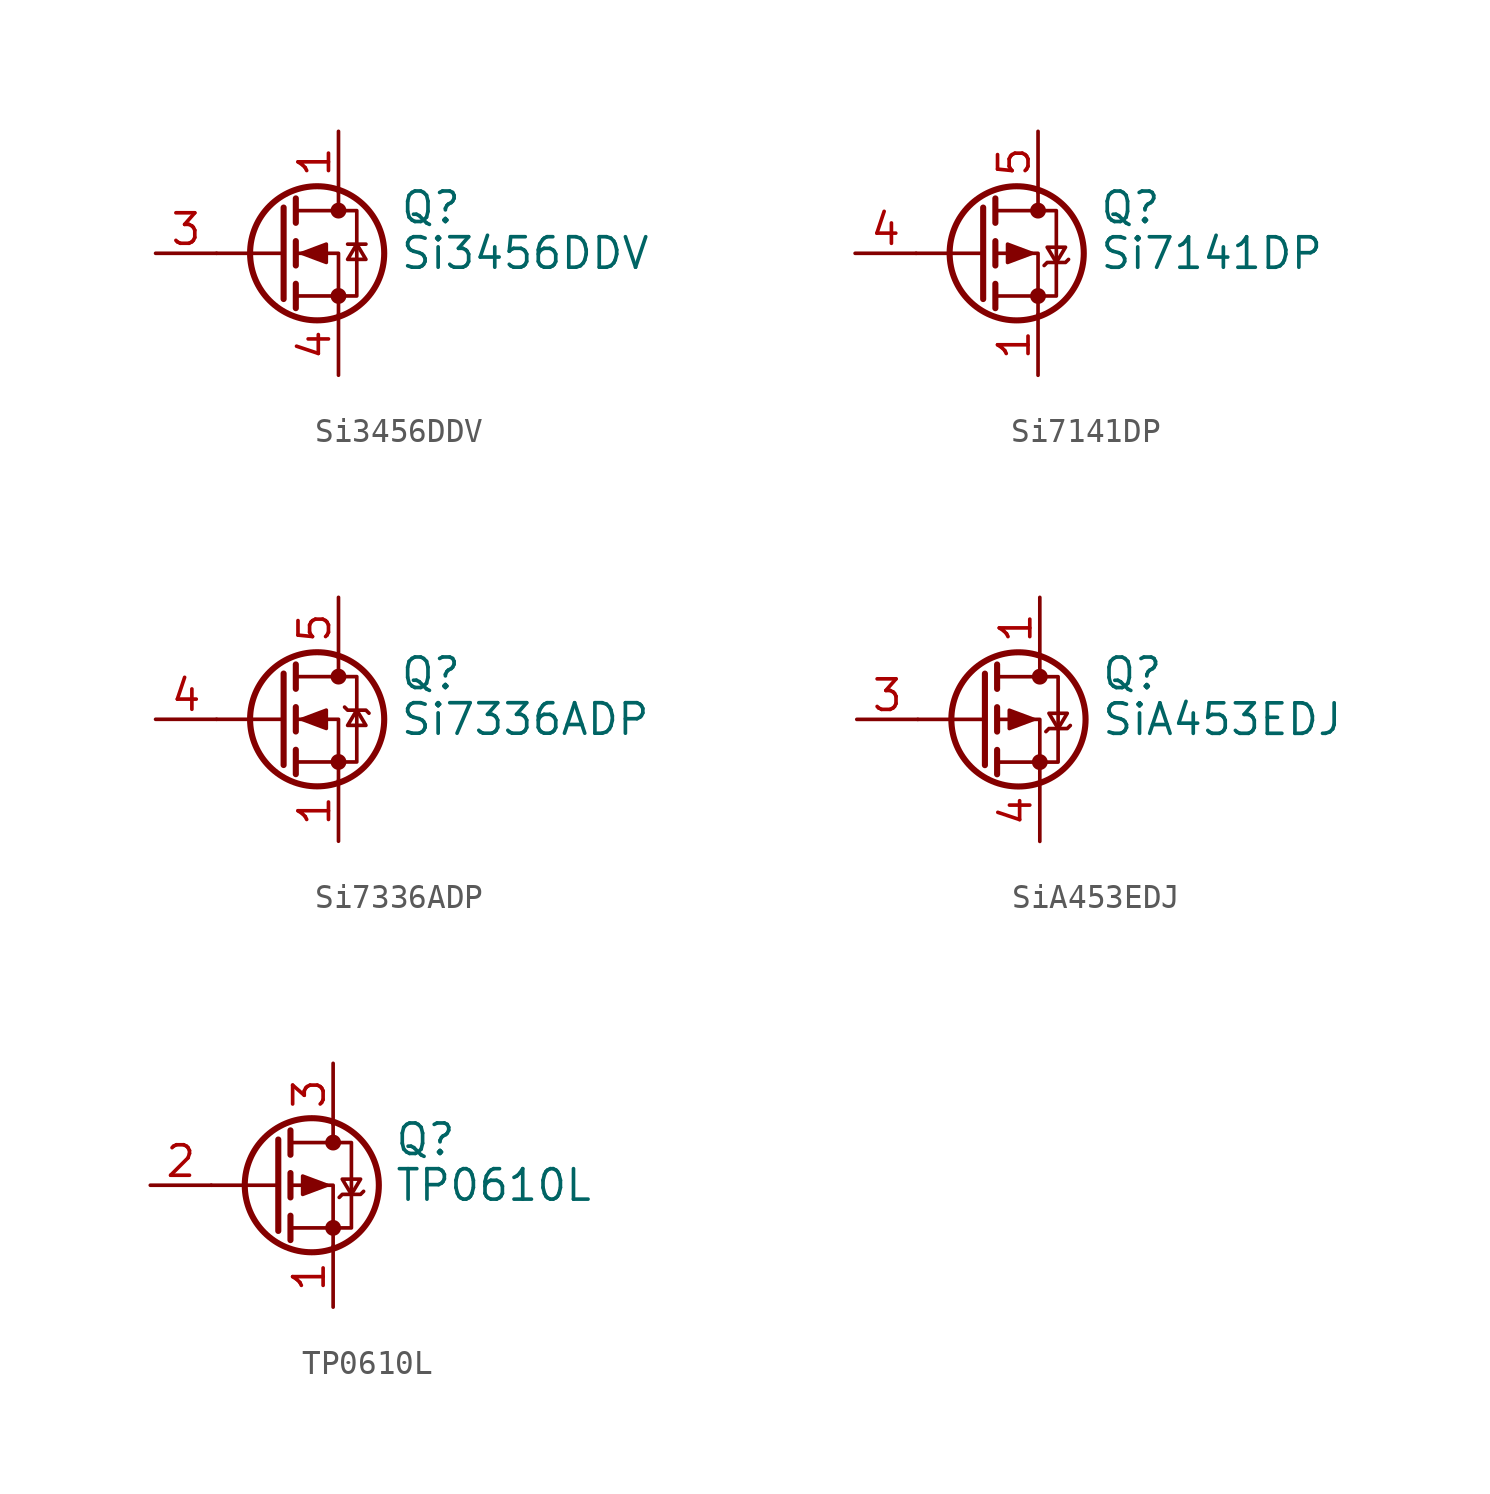
<source format=kicad_sym>
(kicad_symbol_lib
  (version 20220914)
  (generator kicad_symbol_editor)
  (symbol "Si3456DDV"
    (pin_names hide)
    (property "Reference" "Q"
      (at 5.08 1.905 0)
      (effects (font (size 1.27 1.27)) (justify left)))
    (property "Value" "Si3456DDV"
      (at 5.08 0 0)
      (effects (font (size 1.27 1.27)) (justify left)))
    (symbol "Si3456DDV_0_1"
      (polyline (pts (xy 0.254 0) (xy -2.54 0)) (stroke (width 0) (type default)) (fill (type none)))
      (polyline (pts (xy 0.254 1.905) (xy 0.254 -1.905)) (stroke (width 0.254) (type default)) (fill (type none)))
      (polyline (pts (xy 0.762 -1.27) (xy 0.762 -2.286)) (stroke (width 0.254) (type default)) (fill (type none)))
      (polyline (pts (xy 0.762 0.508) (xy 0.762 -0.508)) (stroke (width 0.254) (type default)) (fill (type none)))
      (polyline (pts (xy 0.762 2.286) (xy 0.762 1.27)) (stroke (width 0.254) (type default)) (fill (type none)))
      (polyline (pts (xy 2.54 2.54) (xy 2.54 1.778)) (stroke (width 0) (type default)) (fill (type none)))
      (polyline (pts (xy 2.921 0.381) (xy 3.683 0.381)) (stroke (width 0) (type default)) (fill (type none)))
      (polyline (pts (xy 2.54 -2.54) (xy 2.54 0) (xy 0.762 0)) (stroke (width 0) (type default)) (fill (type none)))
      (polyline (pts (xy 0.762 -1.778) (xy 3.302 -1.778) (xy 3.302 1.778) (xy 0.762 1.778)) (stroke (width 0) (type default)) (fill (type none)))
      (polyline (pts (xy 1.016 0) (xy 2.032 0.381) (xy 2.032 -0.381) (xy 1.016 0)) (stroke (width 0) (type default)) (fill (type outline)))
      (polyline (pts (xy 3.302 0.381) (xy 2.921 -0.254) (xy 3.683 -0.254) (xy 3.302 0.381)) (stroke (width 0) (type default)) (fill (type none)))
      (circle (center 1.651 0) (radius 2.794) (stroke (width 0.254) (type default)) (fill (type none)))
      (circle (center 2.54 -1.778) (radius 0.254) (stroke (width 0) (type default)) (fill (type outline)))
      (circle (center 2.54 1.778) (radius 0.254) (stroke (width 0) (type default)) (fill (type outline))))
    (symbol "Si3456DDV_1_1"
      (pin passive line (at 2.54 5.08 270) (length 2.54) (name "D" (effects (font (size 1.27 1.27)))) (number "1" (effects (font (size 1.27 1.27)))))
      (pin passive line (at 2.54 5.08 270) (length 2.54) hide (name "D" (effects (font (size 1.27 1.27)))) (number "2" (effects (font (size 1.27 1.27)))))
      (pin input line (at -5.08 0 0) (length 2.54) (name "G" (effects (font (size 1.27 1.27)))) (number "3" (effects (font (size 1.27 1.27)))))
      (pin passive line (at 2.54 -5.08 90) (length 2.54) (name "S" (effects (font (size 1.27 1.27)))) (number "4" (effects (font (size 1.27 1.27)))))
      (pin passive line (at 2.54 5.08 270) (length 2.54) hide (name "D" (effects (font (size 1.27 1.27)))) (number "5" (effects (font (size 1.27 1.27)))))
      (pin passive line (at 2.54 5.08 270) (length 2.54) hide (name "D" (effects (font (size 1.27 1.27)))) (number "6" (effects (font (size 1.27 1.27)))))))
  (symbol "Si7141DP"
    (pin_names hide)
    (property "Reference" "Q"
      (at 5.08 1.905 0)
      (effects (font (size 1.27 1.27)) (justify left)))
    (property "Value" "Si7141DP"
      (at 5.08 0 0)
      (effects (font (size 1.27 1.27)) (justify left)))
    (symbol "Si7141DP_0_1"
      (polyline (pts (xy 0.254 0) (xy -2.54 0)) (stroke (width 0) (type default)) (fill (type none)))
      (polyline (pts (xy 0.254 1.905) (xy 0.254 -1.905)) (stroke (width 0.254) (type default)) (fill (type none)))
      (polyline (pts (xy 0.762 -1.27) (xy 0.762 -2.286)) (stroke (width 0.254) (type default)) (fill (type none)))
      (polyline (pts (xy 0.762 0.508) (xy 0.762 -0.508)) (stroke (width 0.254) (type default)) (fill (type none)))
      (polyline (pts (xy 0.762 2.286) (xy 0.762 1.27)) (stroke (width 0.254) (type default)) (fill (type none)))
      (polyline (pts (xy 2.54 2.54) (xy 2.54 1.778)) (stroke (width 0) (type default)) (fill (type none)))
      (polyline (pts (xy 2.54 -2.54) (xy 2.54 0) (xy 0.762 0)) (stroke (width 0) (type default)) (fill (type none)))
      (polyline (pts (xy 0.762 1.778) (xy 3.302 1.778) (xy 3.302 -1.778) (xy 0.762 -1.778)) (stroke (width 0) (type default)) (fill (type none)))
      (polyline (pts (xy 2.286 0) (xy 1.27 0.381) (xy 1.27 -0.381) (xy 2.286 0)) (stroke (width 0) (type default)) (fill (type outline)))
      (polyline (pts (xy 2.794 -0.508) (xy 2.921 -0.381) (xy 3.683 -0.381) (xy 3.81 -0.254)) (stroke (width 0) (type default)) (fill (type none)))
      (polyline (pts (xy 3.302 -0.381) (xy 2.921 0.254) (xy 3.683 0.254) (xy 3.302 -0.381)) (stroke (width 0) (type default)) (fill (type none)))
      (circle (center 1.651 0) (radius 2.794) (stroke (width 0.254) (type default)) (fill (type none)))
      (circle (center 2.54 -1.778) (radius 0.254) (stroke (width 0) (type default)) (fill (type outline)))
      (circle (center 2.54 1.778) (radius 0.254) (stroke (width 0) (type default)) (fill (type outline))))
    (symbol "Si7141DP_1_1"
      (pin passive line (at 2.54 -5.08 90) (length 2.54) (name "S" (effects (font (size 1.27 1.27)))) (number "1" (effects (font (size 1.27 1.27)))))
      (pin passive line (at 2.54 -5.08 90) (length 2.54) hide (name "S" (effects (font (size 1.27 1.27)))) (number "2" (effects (font (size 1.27 1.27)))))
      (pin passive line (at 2.54 -5.08 90) (length 2.54) hide (name "S" (effects (font (size 1.27 1.27)))) (number "3" (effects (font (size 1.27 1.27)))))
      (pin input line (at -5.08 0 0) (length 2.54) (name "G" (effects (font (size 1.27 1.27)))) (number "4" (effects (font (size 1.27 1.27)))))
      (pin passive line (at 2.54 5.08 270) (length 2.54) (name "D" (effects (font (size 1.27 1.27)))) (number "5" (effects (font (size 1.27 1.27)))))))
  (symbol "Si7336ADP"
    (pin_names hide)
    (property "Reference" "Q"
      (at 5.08 1.905 0)
      (effects (font (size 1.27 1.27)) (justify left)))
    (property "Value" "Si7336ADP"
      (at 5.08 0 0)
      (effects (font (size 1.27 1.27)) (justify left)))
    (symbol "Si7336ADP_0_1"
      (polyline (pts (xy 0.254 0) (xy -2.54 0)) (stroke (width 0) (type default)) (fill (type none)))
      (polyline (pts (xy 0.254 1.905) (xy 0.254 -1.905)) (stroke (width 0.254) (type default)) (fill (type none)))
      (polyline (pts (xy 0.762 -1.27) (xy 0.762 -2.286)) (stroke (width 0.254) (type default)) (fill (type none)))
      (polyline (pts (xy 0.762 0.508) (xy 0.762 -0.508)) (stroke (width 0.254) (type default)) (fill (type none)))
      (polyline (pts (xy 0.762 2.286) (xy 0.762 1.27)) (stroke (width 0.254) (type default)) (fill (type none)))
      (polyline (pts (xy 2.54 2.54) (xy 2.54 1.778)) (stroke (width 0) (type default)) (fill (type none)))
      (polyline (pts (xy 2.54 -2.54) (xy 2.54 0) (xy 0.762 0)) (stroke (width 0) (type default)) (fill (type none)))
      (polyline (pts (xy 0.762 -1.778) (xy 3.302 -1.778) (xy 3.302 1.778) (xy 0.762 1.778)) (stroke (width 0) (type default)) (fill (type none)))
      (polyline (pts (xy 1.016 0) (xy 2.032 0.381) (xy 2.032 -0.381) (xy 1.016 0)) (stroke (width 0) (type default)) (fill (type outline)))
      (polyline (pts (xy 2.794 0.508) (xy 2.921 0.381) (xy 3.683 0.381) (xy 3.81 0.254)) (stroke (width 0) (type default)) (fill (type none)))
      (polyline (pts (xy 3.302 0.381) (xy 2.921 -0.254) (xy 3.683 -0.254) (xy 3.302 0.381)) (stroke (width 0) (type default)) (fill (type none)))
      (circle (center 1.651 0) (radius 2.794) (stroke (width 0.254) (type default)) (fill (type none)))
      (circle (center 2.54 -1.778) (radius 0.254) (stroke (width 0) (type default)) (fill (type outline)))
      (circle (center 2.54 1.778) (radius 0.254) (stroke (width 0) (type default)) (fill (type outline))))
    (symbol "Si7336ADP_1_1"
      (pin passive line (at 2.54 -5.08 90) (length 2.54) (name "S" (effects (font (size 1.27 1.27)))) (number "1" (effects (font (size 1.27 1.27)))))
      (pin passive line (at 2.54 -5.08 90) (length 2.54) hide (name "S" (effects (font (size 1.27 1.27)))) (number "2" (effects (font (size 1.27 1.27)))))
      (pin passive line (at 2.54 -5.08 90) (length 2.54) hide (name "S" (effects (font (size 1.27 1.27)))) (number "3" (effects (font (size 1.27 1.27)))))
      (pin input line (at -5.08 0 0) (length 2.54) (name "G" (effects (font (size 1.27 1.27)))) (number "4" (effects (font (size 1.27 1.27)))))
      (pin passive line (at 2.54 5.08 270) (length 2.54) (name "D" (effects (font (size 1.27 1.27)))) (number "5" (effects (font (size 1.27 1.27)))))))
  (symbol "SiA453EDJ"
    (pin_names hide)
    (property "Reference" "Q"
      (at 5.08 1.905 0)
      (effects (font (size 1.27 1.27)) (justify left)))
    (property "Value" "SiA453EDJ"
      (at 5.08 0 0)
      (effects (font (size 1.27 1.27)) (justify left)))
    (symbol "SiA453EDJ_0_1"
      (polyline (pts (xy 0.254 0) (xy -2.54 0)) (stroke (width 0) (type default)) (fill (type none)))
      (polyline (pts (xy 0.254 1.905) (xy 0.254 -1.905)) (stroke (width 0.254) (type default)) (fill (type none)))
      (polyline (pts (xy 0.762 -1.27) (xy 0.762 -2.286)) (stroke (width 0.254) (type default)) (fill (type none)))
      (polyline (pts (xy 0.762 0.508) (xy 0.762 -0.508)) (stroke (width 0.254) (type default)) (fill (type none)))
      (polyline (pts (xy 0.762 2.286) (xy 0.762 1.27)) (stroke (width 0.254) (type default)) (fill (type none)))
      (polyline (pts (xy 2.54 2.54) (xy 2.54 1.778)) (stroke (width 0) (type default)) (fill (type none)))
      (polyline (pts (xy 2.54 -2.54) (xy 2.54 0) (xy 0.762 0)) (stroke (width 0) (type default)) (fill (type none)))
      (polyline (pts (xy 0.762 1.778) (xy 3.302 1.778) (xy 3.302 -1.778) (xy 0.762 -1.778)) (stroke (width 0) (type default)) (fill (type none)))
      (polyline (pts (xy 2.286 0) (xy 1.27 0.381) (xy 1.27 -0.381) (xy 2.286 0)) (stroke (width 0) (type default)) (fill (type outline)))
      (polyline (pts (xy 2.794 -0.508) (xy 2.921 -0.381) (xy 3.683 -0.381) (xy 3.81 -0.254)) (stroke (width 0) (type default)) (fill (type none)))
      (polyline (pts (xy 3.302 -0.381) (xy 2.921 0.254) (xy 3.683 0.254) (xy 3.302 -0.381)) (stroke (width 0) (type default)) (fill (type none)))
      (circle (center 1.651 0) (radius 2.794) (stroke (width 0.254) (type default)) (fill (type none)))
      (circle (center 2.54 -1.778) (radius 0.254) (stroke (width 0) (type default)) (fill (type outline)))
      (circle (center 2.54 1.778) (radius 0.254) (stroke (width 0) (type default)) (fill (type outline))))
    (symbol "SiA453EDJ_1_1"
      (pin passive line (at 2.54 5.08 270) (length 2.54) (name "D" (effects (font (size 1.27 1.27)))) (number "1" (effects (font (size 1.27 1.27)))))
      (pin passive line (at -5.08 0 0) (length 2.54) (name "G" (effects (font (size 1.27 1.27)))) (number "3" (effects (font (size 1.27 1.27)))))
      (pin passive line (at 2.54 -5.08 90) (length 2.54) (name "S" (effects (font (size 1.27 1.27)))) (number "4" (effects (font (size 1.27 1.27)))))))
  (symbol "TP0610L"
    (pin_names hide)
    (property "Reference" "Q"
      (at 5.08 1.905 0)
      (effects (font (size 1.27 1.27)) (justify left)))
    (property "Value" "TP0610L"
      (at 5.08 0 0)
      (effects (font (size 1.27 1.27)) (justify left)))
    (symbol "TP0610L_0_1"
      (polyline (pts (xy 0.254 0) (xy -2.54 0)) (stroke (width 0) (type default)) (fill (type none)))
      (polyline (pts (xy 0.254 1.905) (xy 0.254 -1.905)) (stroke (width 0.254) (type default)) (fill (type none)))
      (polyline (pts (xy 0.762 -1.27) (xy 0.762 -2.286)) (stroke (width 0.254) (type default)) (fill (type none)))
      (polyline (pts (xy 0.762 0.508) (xy 0.762 -0.508)) (stroke (width 0.254) (type default)) (fill (type none)))
      (polyline (pts (xy 0.762 2.286) (xy 0.762 1.27)) (stroke (width 0.254) (type default)) (fill (type none)))
      (polyline (pts (xy 2.54 2.54) (xy 2.54 1.778)) (stroke (width 0) (type default)) (fill (type none)))
      (polyline (pts (xy 2.54 -2.54) (xy 2.54 0) (xy 0.762 0)) (stroke (width 0) (type default)) (fill (type none)))
      (polyline (pts (xy 0.762 1.778) (xy 3.302 1.778) (xy 3.302 -1.778) (xy 0.762 -1.778)) (stroke (width 0) (type default)) (fill (type none)))
      (polyline (pts (xy 2.286 0) (xy 1.27 0.381) (xy 1.27 -0.381) (xy 2.286 0)) (stroke (width 0) (type default)) (fill (type outline)))
      (polyline (pts (xy 2.794 -0.508) (xy 2.921 -0.381) (xy 3.683 -0.381) (xy 3.81 -0.254)) (stroke (width 0) (type default)) (fill (type none)))
      (polyline (pts (xy 3.302 -0.381) (xy 2.921 0.254) (xy 3.683 0.254) (xy 3.302 -0.381)) (stroke (width 0) (type default)) (fill (type none)))
      (circle (center 1.651 0) (radius 2.794) (stroke (width 0.254) (type default)) (fill (type none)))
      (circle (center 2.54 -1.778) (radius 0.254) (stroke (width 0) (type default)) (fill (type outline)))
      (circle (center 2.54 1.778) (radius 0.254) (stroke (width 0) (type default)) (fill (type outline))))
    (symbol "TP0610L_1_1"
      (pin passive line (at 2.54 -5.08 90) (length 2.54) (name "S" (effects (font (size 1.27 1.27)))) (number "1" (effects (font (size 1.27 1.27)))))
      (pin input line (at -5.08 0 0) (length 2.54) (name "G" (effects (font (size 1.27 1.27)))) (number "2" (effects (font (size 1.27 1.27)))))
      (pin passive line (at 2.54 5.08 270) (length 2.54) (name "D" (effects (font (size 1.27 1.27)))) (number "3" (effects (font (size 1.27 1.27))))))))
</source>
